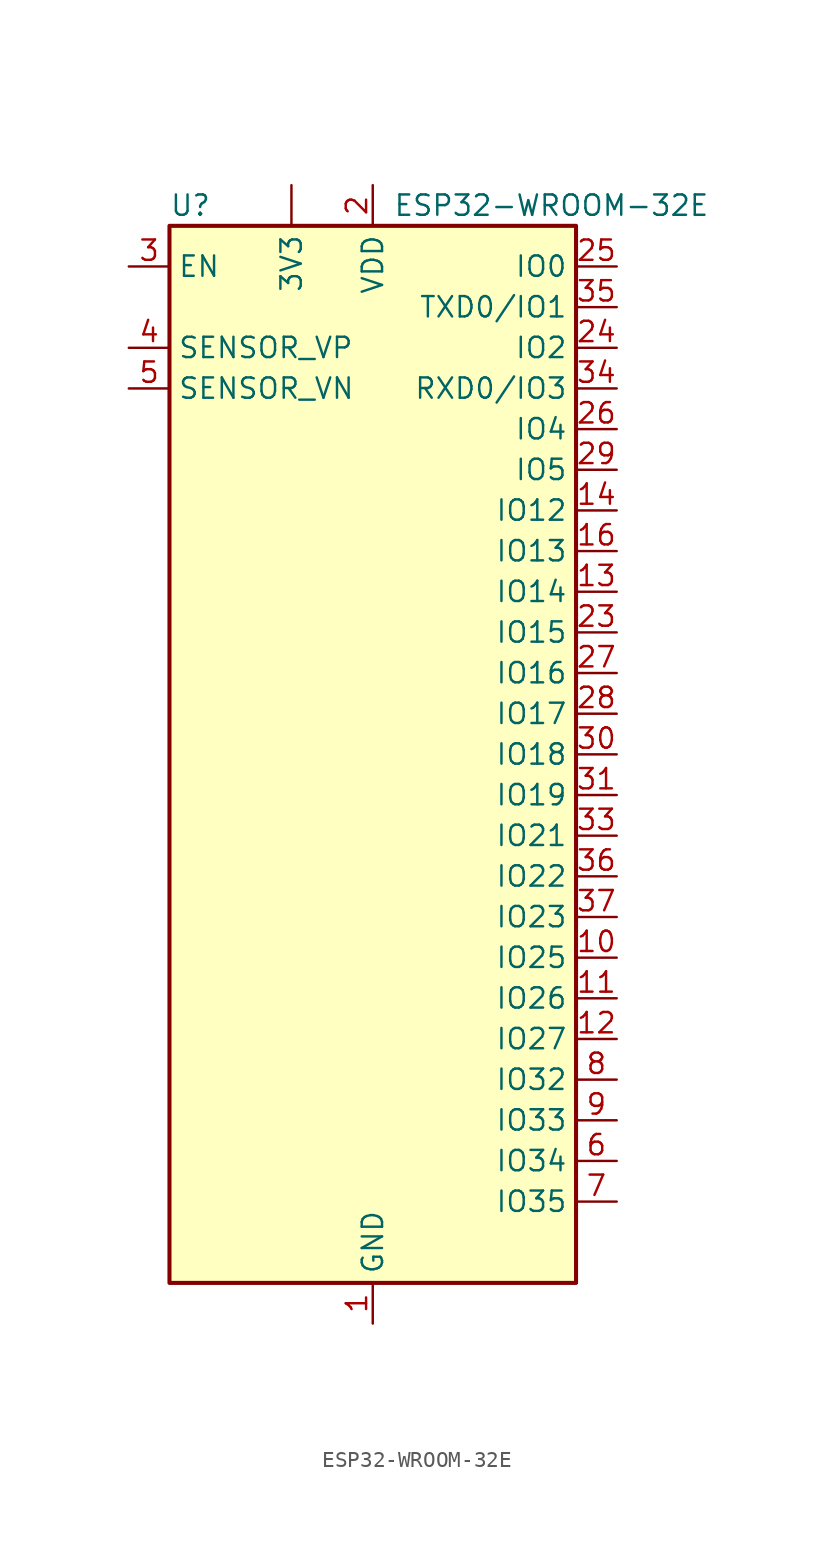
<source format=kicad_sym>
(kicad_symbol_lib
  (version 20231120)
  (generator "kicad_symbol_editor")
  (generator_version "8.0")
  (symbol "ESP32-WROOM-32E"
    (property "Reference" "U"
      (at -12.7 34.29 0)
      (effects (font (size 1.27 1.27)) (justify left)))
    (property "Value" "ESP32-WROOM-32E"
      (at 1.27 34.29 0)
      (effects (font (size 1.27 1.27)) (justify left)))
    (symbol "ESP32-WROOM-32E_0_1"
      (rectangle (start -12.7 33.02) (end 12.7 -33.02) (stroke (width 0.254) (type default)) (fill (type background))))
    (symbol "ESP32-WROOM-32E_1_1"
      (pin power_in line (at -5.08 35.56 270) (length 2.54) (name "3V3" (effects (font (size 1.27 1.27)))) (number "" (effects (font (size 1.27 1.27)))))
      (pin power_in line (at 0 -35.56 90) (length 2.54) (name "GND" (effects (font (size 1.27 1.27)))) (number "1" (effects (font (size 1.27 1.27)))))
      (pin bidirectional line (at 15.24 -12.7 180) (length 2.54) (name "IO25" (effects (font (size 1.27 1.27)))) (number "10" (effects (font (size 1.27 1.27)))))
      (pin bidirectional line (at 15.24 -15.24 180) (length 2.54) (name "IO26" (effects (font (size 1.27 1.27)))) (number "11" (effects (font (size 1.27 1.27)))))
      (pin bidirectional line (at 15.24 -17.78 180) (length 2.54) (name "IO27" (effects (font (size 1.27 1.27)))) (number "12" (effects (font (size 1.27 1.27)))))
      (pin bidirectional line (at 15.24 10.16 180) (length 2.54) (name "IO14" (effects (font (size 1.27 1.27)))) (number "13" (effects (font (size 1.27 1.27)))))
      (pin bidirectional line (at 15.24 15.24 180) (length 2.54) (name "IO12" (effects (font (size 1.27 1.27)))) (number "14" (effects (font (size 1.27 1.27)))))
      (pin passive line (at 0 -35.56 90) (length 2.54) hide (name "GND" (effects (font (size 1.27 1.27)))) (number "15" (effects (font (size 1.27 1.27)))))
      (pin bidirectional line (at 15.24 12.7 180) (length 2.54) (name "IO13" (effects (font (size 1.27 1.27)))) (number "16" (effects (font (size 1.27 1.27)))))
      (pin no_connect line (at -12.7 -5.08 0) (length 2.54) hide (name "NC" (effects (font (size 1.27 1.27)))) (number "17" (effects (font (size 1.27 1.27)))))
      (pin no_connect line (at -12.7 -7.62 0) (length 2.54) hide (name "NC" (effects (font (size 1.27 1.27)))) (number "18" (effects (font (size 1.27 1.27)))))
      (pin no_connect line (at -12.7 -12.7 0) (length 2.54) hide (name "NC" (effects (font (size 1.27 1.27)))) (number "19" (effects (font (size 1.27 1.27)))))
      (pin power_in line (at 0 35.56 270) (length 2.54) (name "VDD" (effects (font (size 1.27 1.27)))) (number "2" (effects (font (size 1.27 1.27)))))
      (pin no_connect line (at -12.7 -10.16 0) (length 2.54) hide (name "NC" (effects (font (size 1.27 1.27)))) (number "20" (effects (font (size 1.27 1.27)))))
      (pin no_connect line (at -12.7 0 0) (length 2.54) hide (name "NC" (effects (font (size 1.27 1.27)))) (number "21" (effects (font (size 1.27 1.27)))))
      (pin no_connect line (at -12.7 -2.54 0) (length 2.54) hide (name "NC" (effects (font (size 1.27 1.27)))) (number "22" (effects (font (size 1.27 1.27)))))
      (pin bidirectional line (at 15.24 7.62 180) (length 2.54) (name "IO15" (effects (font (size 1.27 1.27)))) (number "23" (effects (font (size 1.27 1.27)))))
      (pin bidirectional line (at 15.24 25.4 180) (length 2.54) (name "IO2" (effects (font (size 1.27 1.27)))) (number "24" (effects (font (size 1.27 1.27)))))
      (pin bidirectional line (at 15.24 30.48 180) (length 2.54) (name "IO0" (effects (font (size 1.27 1.27)))) (number "25" (effects (font (size 1.27 1.27)))))
      (pin bidirectional line (at 15.24 20.32 180) (length 2.54) (name "IO4" (effects (font (size 1.27 1.27)))) (number "26" (effects (font (size 1.27 1.27)))))
      (pin bidirectional line (at 15.24 5.08 180) (length 2.54) (name "IO16" (effects (font (size 1.27 1.27)))) (number "27" (effects (font (size 1.27 1.27)))))
      (pin bidirectional line (at 15.24 2.54 180) (length 2.54) (name "IO17" (effects (font (size 1.27 1.27)))) (number "28" (effects (font (size 1.27 1.27)))))
      (pin bidirectional line (at 15.24 17.78 180) (length 2.54) (name "IO5" (effects (font (size 1.27 1.27)))) (number "29" (effects (font (size 1.27 1.27)))))
      (pin input line (at -15.24 30.48 0) (length 2.54) (name "EN" (effects (font (size 1.27 1.27)))) (number "3" (effects (font (size 1.27 1.27)))))
      (pin bidirectional line (at 15.24 0 180) (length 2.54) (name "IO18" (effects (font (size 1.27 1.27)))) (number "30" (effects (font (size 1.27 1.27)))))
      (pin bidirectional line (at 15.24 -2.54 180) (length 2.54) (name "IO19" (effects (font (size 1.27 1.27)))) (number "31" (effects (font (size 1.27 1.27)))))
      (pin no_connect line (at -12.7 -27.94 0) (length 2.54) hide (name "NC" (effects (font (size 1.27 1.27)))) (number "32" (effects (font (size 1.27 1.27)))))
      (pin bidirectional line (at 15.24 -5.08 180) (length 2.54) (name "IO21" (effects (font (size 1.27 1.27)))) (number "33" (effects (font (size 1.27 1.27)))))
      (pin bidirectional line (at 15.24 22.86 180) (length 2.54) (name "RXD0/IO3" (effects (font (size 1.27 1.27)))) (number "34" (effects (font (size 1.27 1.27)))))
      (pin bidirectional line (at 15.24 27.94 180) (length 2.54) (name "TXD0/IO1" (effects (font (size 1.27 1.27)))) (number "35" (effects (font (size 1.27 1.27)))))
      (pin bidirectional line (at 15.24 -7.62 180) (length 2.54) (name "IO22" (effects (font (size 1.27 1.27)))) (number "36" (effects (font (size 1.27 1.27)))))
      (pin bidirectional line (at 15.24 -10.16 180) (length 2.54) (name "IO23" (effects (font (size 1.27 1.27)))) (number "37" (effects (font (size 1.27 1.27)))))
      (pin passive line (at 0 -35.56 90) (length 2.54) hide (name "GND" (effects (font (size 1.27 1.27)))) (number "38" (effects (font (size 1.27 1.27)))))
      (pin passive line (at 0 -35.56 90) (length 2.54) hide (name "GND" (effects (font (size 1.27 1.27)))) (number "39" (effects (font (size 1.27 1.27)))))
      (pin input line (at -15.24 25.4 0) (length 2.54) (name "SENSOR_VP" (effects (font (size 1.27 1.27)))) (number "4" (effects (font (size 1.27 1.27)))))
      (pin input line (at -15.24 22.86 0) (length 2.54) (name "SENSOR_VN" (effects (font (size 1.27 1.27)))) (number "5" (effects (font (size 1.27 1.27)))))
      (pin input line (at 15.24 -25.4 180) (length 2.54) (name "IO34" (effects (font (size 1.27 1.27)))) (number "6" (effects (font (size 1.27 1.27)))))
      (pin input line (at 15.24 -27.94 180) (length 2.54) (name "IO35" (effects (font (size 1.27 1.27)))) (number "7" (effects (font (size 1.27 1.27)))))
      (pin bidirectional line (at 15.24 -20.32 180) (length 2.54) (name "IO32" (effects (font (size 1.27 1.27)))) (number "8" (effects (font (size 1.27 1.27)))))
      (pin bidirectional line (at 15.24 -22.86 180) (length 2.54) (name "IO33" (effects (font (size 1.27 1.27)))) (number "9" (effects (font (size 1.27 1.27))))))))
</source>
